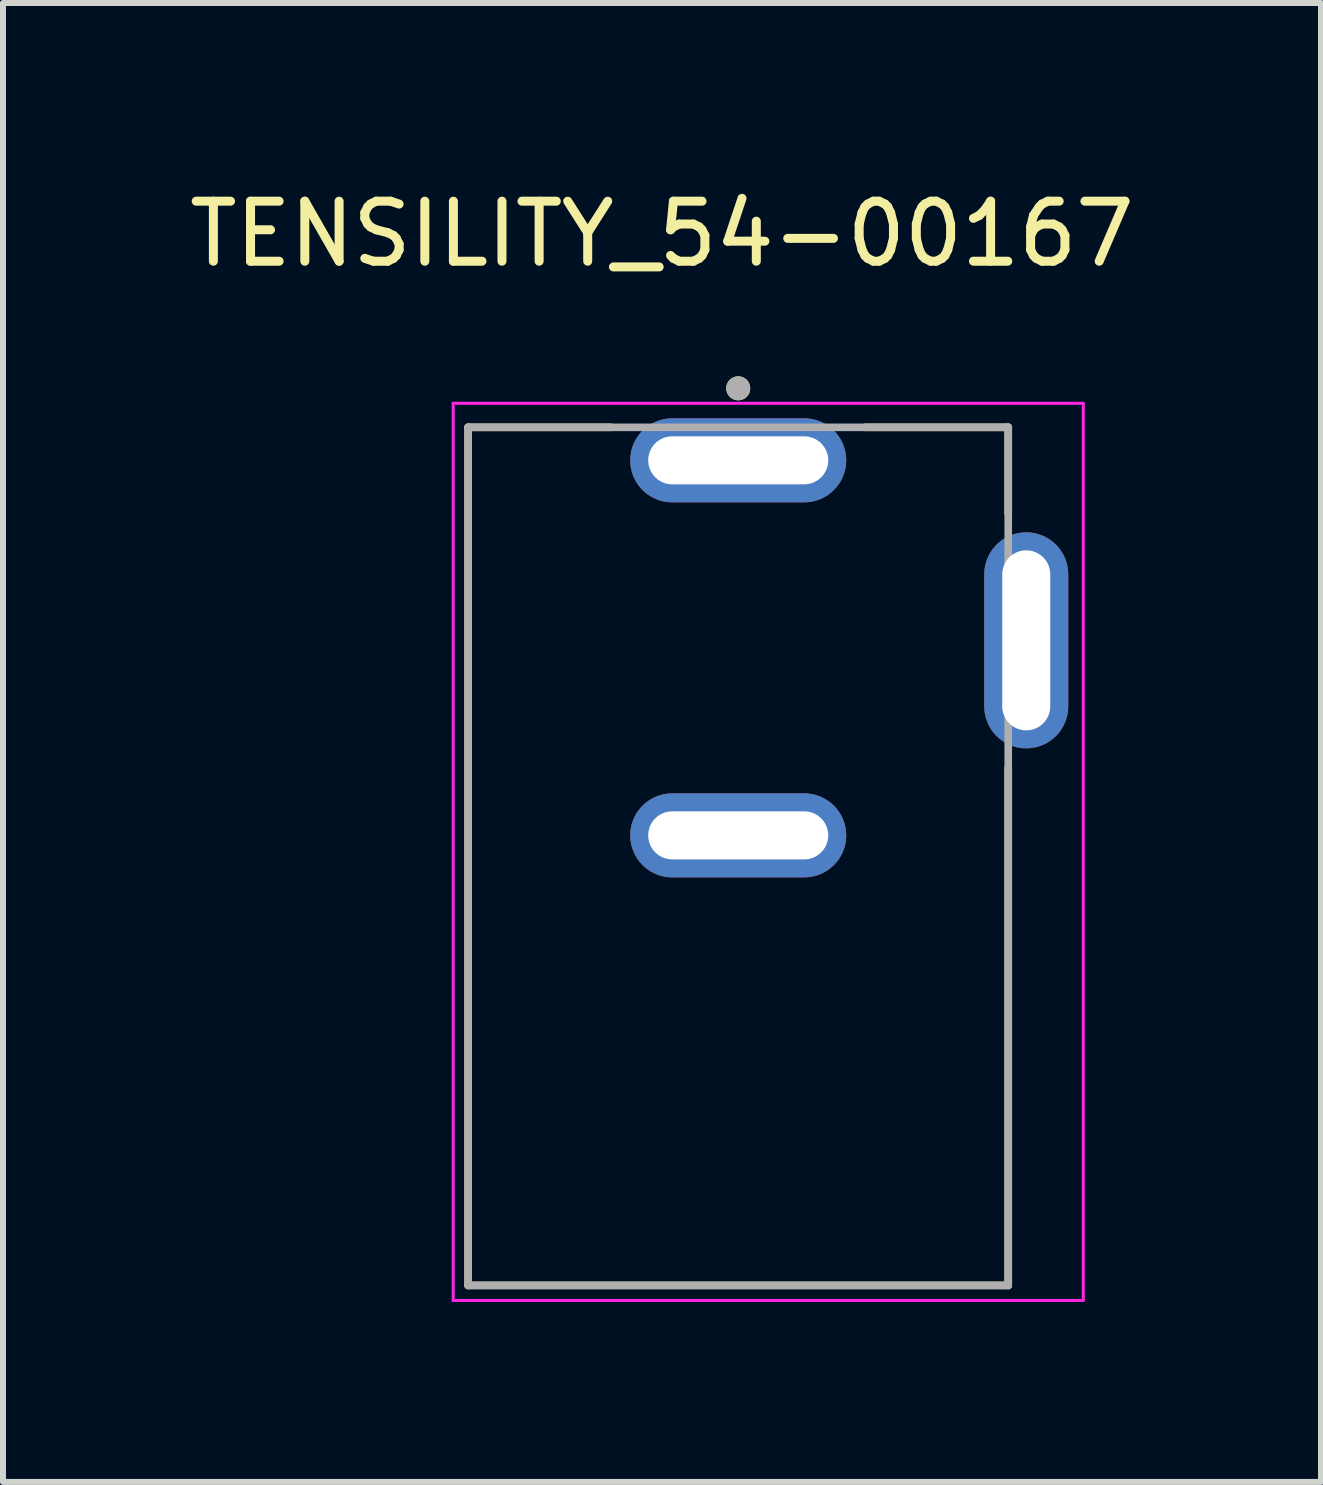
<source format=kicad_pcb>
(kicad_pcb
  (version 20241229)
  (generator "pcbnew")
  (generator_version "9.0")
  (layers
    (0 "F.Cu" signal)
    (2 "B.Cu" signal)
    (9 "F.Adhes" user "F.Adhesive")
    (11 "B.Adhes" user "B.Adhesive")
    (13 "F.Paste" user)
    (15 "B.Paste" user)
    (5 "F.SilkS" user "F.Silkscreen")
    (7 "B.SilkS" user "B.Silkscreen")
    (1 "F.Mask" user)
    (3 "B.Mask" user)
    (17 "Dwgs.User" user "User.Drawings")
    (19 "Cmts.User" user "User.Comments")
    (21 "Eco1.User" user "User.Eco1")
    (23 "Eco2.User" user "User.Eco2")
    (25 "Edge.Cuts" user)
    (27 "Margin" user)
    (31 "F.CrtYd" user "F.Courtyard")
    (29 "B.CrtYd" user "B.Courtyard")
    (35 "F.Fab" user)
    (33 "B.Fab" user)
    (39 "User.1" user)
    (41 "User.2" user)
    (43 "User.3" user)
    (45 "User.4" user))
  (footprint "TENSILITY_54-00167"
    (layer "F.Cu")
    (at 9.252 10.871)
    (property "Reference" "TENSILITY_54-00167" (at -1.27 -10.023 0) (layer "F.SilkS") (effects (font (size 1 1) (thickness 0.15))))
    (attr through_hole)
    (fp_line (start -4.5 -6.8) (end -2.12 -6.8) (stroke (width 0.127) (type solid)) (layer "F.SilkS"))
    (fp_line (start -4.5 7.5) (end -4.5 -6.8) (stroke (width 0.127) (type solid)) (layer "F.SilkS"))
    (fp_line (start 2.12 -6.8) (end 4.5 -6.8) (stroke (width 0.127) (type solid)) (layer "F.SilkS"))
    (fp_line (start 4.5 -6.8) (end 4.5 -5.37) (stroke (width 0.127) (type solid)) (layer "F.SilkS"))
    (fp_line (start 4.5 7.5) (end -4.5 7.5) (stroke (width 0.127) (type solid)) (layer "F.SilkS"))
    (fp_line (start 4.5 7.5) (end 4.5 -1.13) (stroke (width 0.127) (type solid)) (layer "F.SilkS"))
    (fp_circle (center 0 -7.45) (end 0.1 -7.45) (stroke (width 0.2) (type solid)) (fill no) (layer "F.SilkS"))
    (fp_line (start -4.75 -7.2) (end -4.75 7.75) (stroke (width 0.05) (type solid)) (layer "F.CrtYd"))
    (fp_line (start -4.75 7.75) (end 5.75 7.75) (stroke (width 0.05) (type solid)) (layer "F.CrtYd"))
    (fp_line (start 5.75 -7.2) (end -4.75 -7.2) (stroke (width 0.05) (type solid)) (layer "F.CrtYd"))
    (fp_line (start 5.75 7.75) (end 5.75 -7.2) (stroke (width 0.05) (type solid)) (layer "F.CrtYd"))
    (fp_line (start -4.5 -6.8) (end 4.5 -6.8) (stroke (width 0.127) (type solid)) (layer "F.Fab"))
    (fp_line (start -4.5 7.5) (end -4.5 -6.8) (stroke (width 0.127) (type solid)) (layer "F.Fab"))
    (fp_line (start 4.5 -6.8) (end 4.5 7.5) (stroke (width 0.127) (type solid)) (layer "F.Fab"))
    (fp_line (start 4.5 7.5) (end -4.5 7.5) (stroke (width 0.127) (type solid)) (layer "F.Fab"))
    (fp_circle (center 0 -7.45) (end 0.1 -7.45) (stroke (width 0.2) (type solid)) (fill no) (layer "F.Fab"))
    (pad "A" thru_hole oval (at 0 -6.25) (size 3.6 1.4) (drill oval 3 0.8) (layers "*.Cu" "*.Mask"))
    (pad "B" thru_hole oval (at 0 0) (size 3.6 1.4) (drill oval 3 0.8) (layers "*.Cu" "*.Mask"))
    (pad "C" thru_hole oval (at 4.8 -3.25) (size 1.4 3.6) (drill oval 0.8 3) (layers "*.Cu" "*.Mask")))
  (gr_rect
    (start -3 -3)
    (end 18.964 21.646)
    (stroke (width 0.1) (type default))
    (fill no)
    (layer "Edge.Cuts")))
</source>
